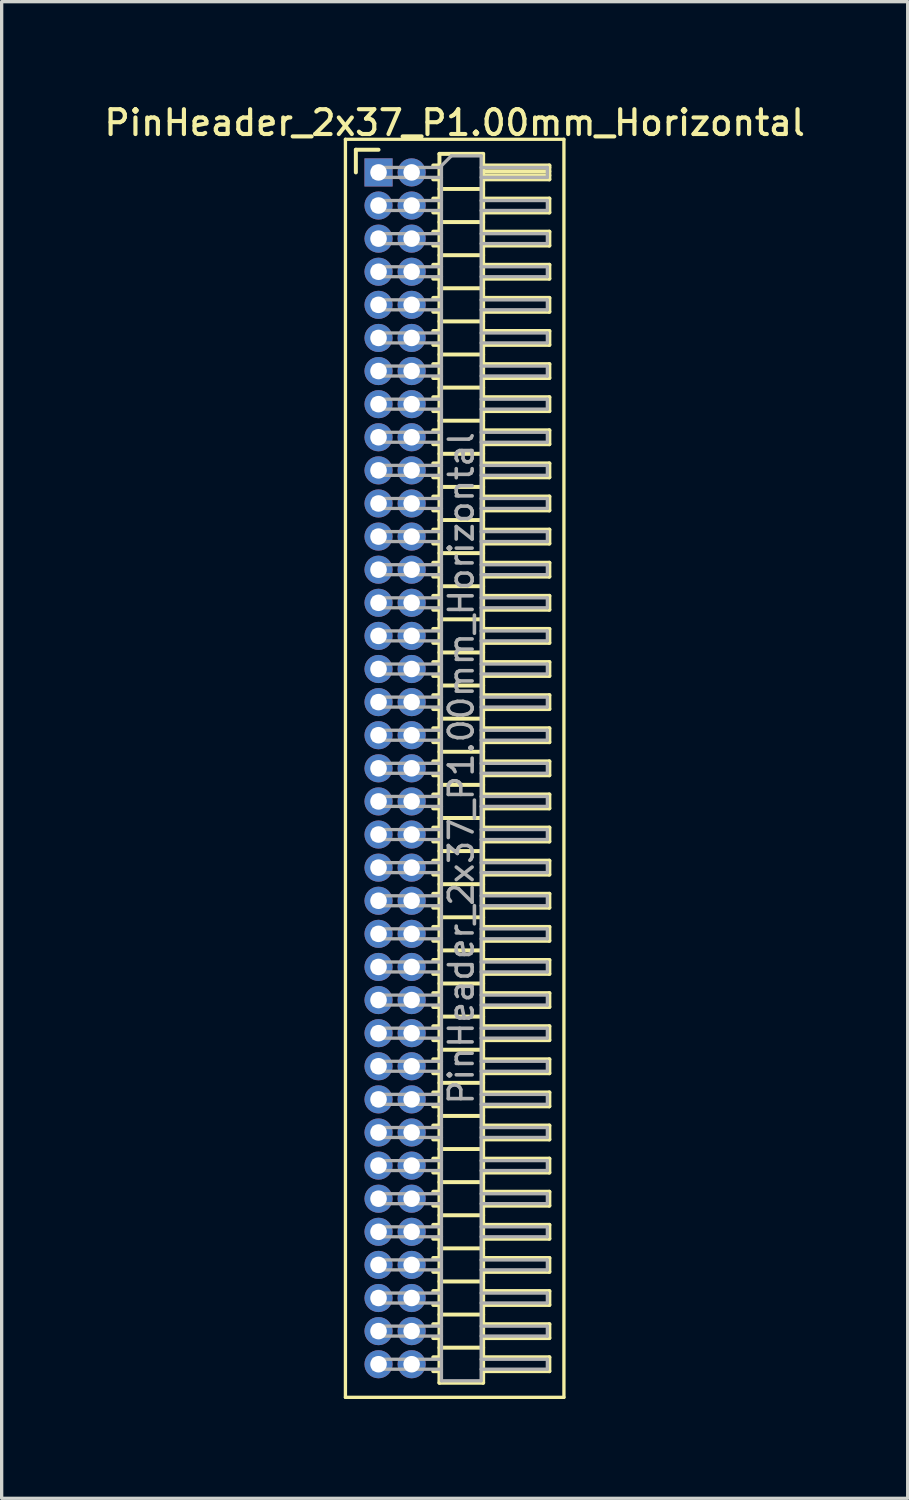
<source format=kicad_pcb>
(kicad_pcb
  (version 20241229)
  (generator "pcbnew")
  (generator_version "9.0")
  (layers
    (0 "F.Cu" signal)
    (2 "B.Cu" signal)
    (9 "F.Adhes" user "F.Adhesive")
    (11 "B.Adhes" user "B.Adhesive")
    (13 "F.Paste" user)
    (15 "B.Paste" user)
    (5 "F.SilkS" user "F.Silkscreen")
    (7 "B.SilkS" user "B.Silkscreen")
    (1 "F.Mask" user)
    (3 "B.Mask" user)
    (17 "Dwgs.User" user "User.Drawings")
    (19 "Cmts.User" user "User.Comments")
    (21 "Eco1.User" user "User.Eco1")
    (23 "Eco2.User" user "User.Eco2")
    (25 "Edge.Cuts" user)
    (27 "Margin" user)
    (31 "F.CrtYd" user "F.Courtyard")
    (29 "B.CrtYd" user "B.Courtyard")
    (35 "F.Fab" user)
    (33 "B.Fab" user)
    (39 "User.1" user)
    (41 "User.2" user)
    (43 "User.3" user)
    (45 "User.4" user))
  (footprint "PinHeader_2x37_P1.00mm_Horizontal"
    (layer "F.Cu")
    (at 8.384 2.158)
    (property "Reference" "PinHeader_2x37_P1.00mm_Horizontal" (at 2.3 -1.5 0) (layer "F.SilkS") (effects (font (size 0.75 0.75) (thickness 0.125))))
    (attr through_hole)
    (fp_line (start -1 -1) (end -1 37) (stroke (width 0.1) (type solid)) (layer "F.SilkS"))
    (fp_line (start -1 37) (end 5.6 37) (stroke (width 0.1) (type solid)) (layer "F.SilkS"))
    (fp_line (start -0.685 -0.685) (end 0 -0.685) (stroke (width 0.12) (type solid)) (layer "F.SilkS"))
    (fp_line (start -0.685 0) (end -0.685 -0.685) (stroke (width 0.12) (type solid)) (layer "F.SilkS"))
    (fp_line (start 1.652 -0.21) (end 1.84 -0.21) (stroke (width 0.12) (type solid)) (layer "F.SilkS"))
    (fp_line (start 1.652 0.21) (end 1.84 0.21) (stroke (width 0.12) (type solid)) (layer "F.SilkS"))
    (fp_line (start 1.652 0.79) (end 1.84 0.79) (stroke (width 0.12) (type solid)) (layer "F.SilkS"))
    (fp_line (start 1.652 1.21) (end 1.84 1.21) (stroke (width 0.12) (type solid)) (layer "F.SilkS"))
    (fp_line (start 1.652 1.79) (end 1.84 1.79) (stroke (width 0.12) (type solid)) (layer "F.SilkS"))
    (fp_line (start 1.652 2.21) (end 1.84 2.21) (stroke (width 0.12) (type solid)) (layer "F.SilkS"))
    (fp_line (start 1.652 2.79) (end 1.84 2.79) (stroke (width 0.12) (type solid)) (layer "F.SilkS"))
    (fp_line (start 1.652 3.21) (end 1.84 3.21) (stroke (width 0.12) (type solid)) (layer "F.SilkS"))
    (fp_line (start 1.652 3.79) (end 1.84 3.79) (stroke (width 0.12) (type solid)) (layer "F.SilkS"))
    (fp_line (start 1.652 4.21) (end 1.84 4.21) (stroke (width 0.12) (type solid)) (layer "F.SilkS"))
    (fp_line (start 1.652 4.79) (end 1.84 4.79) (stroke (width 0.12) (type solid)) (layer "F.SilkS"))
    (fp_line (start 1.652 5.21) (end 1.84 5.21) (stroke (width 0.12) (type solid)) (layer "F.SilkS"))
    (fp_line (start 1.652 5.79) (end 1.84 5.79) (stroke (width 0.12) (type solid)) (layer "F.SilkS"))
    (fp_line (start 1.652 6.21) (end 1.84 6.21) (stroke (width 0.12) (type solid)) (layer "F.SilkS"))
    (fp_line (start 1.652 6.79) (end 1.84 6.79) (stroke (width 0.12) (type solid)) (layer "F.SilkS"))
    (fp_line (start 1.652 7.21) (end 1.84 7.21) (stroke (width 0.12) (type solid)) (layer "F.SilkS"))
    (fp_line (start 1.652 7.79) (end 1.84 7.79) (stroke (width 0.12) (type solid)) (layer "F.SilkS"))
    (fp_line (start 1.652 8.21) (end 1.84 8.21) (stroke (width 0.12) (type solid)) (layer "F.SilkS"))
    (fp_line (start 1.652 8.79) (end 1.84 8.79) (stroke (width 0.12) (type solid)) (layer "F.SilkS"))
    (fp_line (start 1.652 9.21) (end 1.84 9.21) (stroke (width 0.12) (type solid)) (layer "F.SilkS"))
    (fp_line (start 1.652 9.79) (end 1.84 9.79) (stroke (width 0.12) (type solid)) (layer "F.SilkS"))
    (fp_line (start 1.652 10.21) (end 1.84 10.21) (stroke (width 0.12) (type solid)) (layer "F.SilkS"))
    (fp_line (start 1.652 10.79) (end 1.84 10.79) (stroke (width 0.12) (type solid)) (layer "F.SilkS"))
    (fp_line (start 1.652 11.21) (end 1.84 11.21) (stroke (width 0.12) (type solid)) (layer "F.SilkS"))
    (fp_line (start 1.652 11.79) (end 1.84 11.79) (stroke (width 0.12) (type solid)) (layer "F.SilkS"))
    (fp_line (start 1.652 12.21) (end 1.84 12.21) (stroke (width 0.12) (type solid)) (layer "F.SilkS"))
    (fp_line (start 1.652 12.79) (end 1.84 12.79) (stroke (width 0.12) (type solid)) (layer "F.SilkS"))
    (fp_line (start 1.652 13.21) (end 1.84 13.21) (stroke (width 0.12) (type solid)) (layer "F.SilkS"))
    (fp_line (start 1.652 13.79) (end 1.84 13.79) (stroke (width 0.12) (type solid)) (layer "F.SilkS"))
    (fp_line (start 1.652 14.21) (end 1.84 14.21) (stroke (width 0.12) (type solid)) (layer "F.SilkS"))
    (fp_line (start 1.652 14.79) (end 1.84 14.79) (stroke (width 0.12) (type solid)) (layer "F.SilkS"))
    (fp_line (start 1.652 15.21) (end 1.84 15.21) (stroke (width 0.12) (type solid)) (layer "F.SilkS"))
    (fp_line (start 1.652 15.79) (end 1.84 15.79) (stroke (width 0.12) (type solid)) (layer "F.SilkS"))
    (fp_line (start 1.652 16.21) (end 1.84 16.21) (stroke (width 0.12) (type solid)) (layer "F.SilkS"))
    (fp_line (start 1.652 16.79) (end 1.84 16.79) (stroke (width 0.12) (type solid)) (layer "F.SilkS"))
    (fp_line (start 1.652 17.21) (end 1.84 17.21) (stroke (width 0.12) (type solid)) (layer "F.SilkS"))
    (fp_line (start 1.652 17.79) (end 1.84 17.79) (stroke (width 0.12) (type solid)) (layer "F.SilkS"))
    (fp_line (start 1.652 18.21) (end 1.84 18.21) (stroke (width 0.12) (type solid)) (layer "F.SilkS"))
    (fp_line (start 1.652 18.79) (end 1.84 18.79) (stroke (width 0.12) (type solid)) (layer "F.SilkS"))
    (fp_line (start 1.652 19.21) (end 1.84 19.21) (stroke (width 0.12) (type solid)) (layer "F.SilkS"))
    (fp_line (start 1.652 19.79) (end 1.84 19.79) (stroke (width 0.12) (type solid)) (layer "F.SilkS"))
    (fp_line (start 1.652 20.21) (end 1.84 20.21) (stroke (width 0.12) (type solid)) (layer "F.SilkS"))
    (fp_line (start 1.652 20.79) (end 1.84 20.79) (stroke (width 0.12) (type solid)) (layer "F.SilkS"))
    (fp_line (start 1.652 21.21) (end 1.84 21.21) (stroke (width 0.12) (type solid)) (layer "F.SilkS"))
    (fp_line (start 1.652 21.79) (end 1.84 21.79) (stroke (width 0.12) (type solid)) (layer "F.SilkS"))
    (fp_line (start 1.652 22.21) (end 1.84 22.21) (stroke (width 0.12) (type solid)) (layer "F.SilkS"))
    (fp_line (start 1.652 22.79) (end 1.84 22.79) (stroke (width 0.12) (type solid)) (layer "F.SilkS"))
    (fp_line (start 1.652 23.21) (end 1.84 23.21) (stroke (width 0.12) (type solid)) (layer "F.SilkS"))
    (fp_line (start 1.652 23.79) (end 1.84 23.79) (stroke (width 0.12) (type solid)) (layer "F.SilkS"))
    (fp_line (start 1.652 24.21) (end 1.84 24.21) (stroke (width 0.12) (type solid)) (layer "F.SilkS"))
    (fp_line (start 1.652 24.79) (end 1.84 24.79) (stroke (width 0.12) (type solid)) (layer "F.SilkS"))
    (fp_line (start 1.652 25.21) (end 1.84 25.21) (stroke (width 0.12) (type solid)) (layer "F.SilkS"))
    (fp_line (start 1.652 25.79) (end 1.84 25.79) (stroke (width 0.12) (type solid)) (layer "F.SilkS"))
    (fp_line (start 1.652 26.21) (end 1.84 26.21) (stroke (width 0.12) (type solid)) (layer "F.SilkS"))
    (fp_line (start 1.652 26.79) (end 1.84 26.79) (stroke (width 0.12) (type solid)) (layer "F.SilkS"))
    (fp_line (start 1.652 27.21) (end 1.84 27.21) (stroke (width 0.12) (type solid)) (layer "F.SilkS"))
    (fp_line (start 1.652 27.79) (end 1.84 27.79) (stroke (width 0.12) (type solid)) (layer "F.SilkS"))
    (fp_line (start 1.652 28.21) (end 1.84 28.21) (stroke (width 0.12) (type solid)) (layer "F.SilkS"))
    (fp_line (start 1.652 28.79) (end 1.84 28.79) (stroke (width 0.12) (type solid)) (layer "F.SilkS"))
    (fp_line (start 1.652 29.21) (end 1.84 29.21) (stroke (width 0.12) (type solid)) (layer "F.SilkS"))
    (fp_line (start 1.652 29.79) (end 1.84 29.79) (stroke (width 0.12) (type solid)) (layer "F.SilkS"))
    (fp_line (start 1.652 30.21) (end 1.84 30.21) (stroke (width 0.12) (type solid)) (layer "F.SilkS"))
    (fp_line (start 1.652 30.79) (end 1.84 30.79) (stroke (width 0.12) (type solid)) (layer "F.SilkS"))
    (fp_line (start 1.652 31.21) (end 1.84 31.21) (stroke (width 0.12) (type solid)) (layer "F.SilkS"))
    (fp_line (start 1.652 31.79) (end 1.84 31.79) (stroke (width 0.12) (type solid)) (layer "F.SilkS"))
    (fp_line (start 1.652 32.21) (end 1.84 32.21) (stroke (width 0.12) (type solid)) (layer "F.SilkS"))
    (fp_line (start 1.652 32.79) (end 1.84 32.79) (stroke (width 0.12) (type solid)) (layer "F.SilkS"))
    (fp_line (start 1.652 33.21) (end 1.84 33.21) (stroke (width 0.12) (type solid)) (layer "F.SilkS"))
    (fp_line (start 1.652 33.79) (end 1.84 33.79) (stroke (width 0.12) (type solid)) (layer "F.SilkS"))
    (fp_line (start 1.652 34.21) (end 1.84 34.21) (stroke (width 0.12) (type solid)) (layer "F.SilkS"))
    (fp_line (start 1.652 34.79) (end 1.84 34.79) (stroke (width 0.12) (type solid)) (layer "F.SilkS"))
    (fp_line (start 1.652 35.21) (end 1.84 35.21) (stroke (width 0.12) (type solid)) (layer "F.SilkS"))
    (fp_line (start 1.652 35.79) (end 1.84 35.79) (stroke (width 0.12) (type solid)) (layer "F.SilkS"))
    (fp_line (start 1.652 36.21) (end 1.84 36.21) (stroke (width 0.12) (type solid)) (layer "F.SilkS"))
    (fp_line (start 1.84 -0.56) (end 1.84 36.56) (stroke (width 0.12) (type solid)) (layer "F.SilkS"))
    (fp_line (start 1.84 0.5) (end 3.16 0.5) (stroke (width 0.12) (type solid)) (layer "F.SilkS"))
    (fp_line (start 1.84 1.5) (end 3.16 1.5) (stroke (width 0.12) (type solid)) (layer "F.SilkS"))
    (fp_line (start 1.84 2.5) (end 3.16 2.5) (stroke (width 0.12) (type solid)) (layer "F.SilkS"))
    (fp_line (start 1.84 3.5) (end 3.16 3.5) (stroke (width 0.12) (type solid)) (layer "F.SilkS"))
    (fp_line (start 1.84 4.5) (end 3.16 4.5) (stroke (width 0.12) (type solid)) (layer "F.SilkS"))
    (fp_line (start 1.84 5.5) (end 3.16 5.5) (stroke (width 0.12) (type solid)) (layer "F.SilkS"))
    (fp_line (start 1.84 6.5) (end 3.16 6.5) (stroke (width 0.12) (type solid)) (layer "F.SilkS"))
    (fp_line (start 1.84 7.5) (end 3.16 7.5) (stroke (width 0.12) (type solid)) (layer "F.SilkS"))
    (fp_line (start 1.84 8.5) (end 3.16 8.5) (stroke (width 0.12) (type solid)) (layer "F.SilkS"))
    (fp_line (start 1.84 9.5) (end 3.16 9.5) (stroke (width 0.12) (type solid)) (layer "F.SilkS"))
    (fp_line (start 1.84 10.5) (end 3.16 10.5) (stroke (width 0.12) (type solid)) (layer "F.SilkS"))
    (fp_line (start 1.84 11.5) (end 3.16 11.5) (stroke (width 0.12) (type solid)) (layer "F.SilkS"))
    (fp_line (start 1.84 12.5) (end 3.16 12.5) (stroke (width 0.12) (type solid)) (layer "F.SilkS"))
    (fp_line (start 1.84 13.5) (end 3.16 13.5) (stroke (width 0.12) (type solid)) (layer "F.SilkS"))
    (fp_line (start 1.84 14.5) (end 3.16 14.5) (stroke (width 0.12) (type solid)) (layer "F.SilkS"))
    (fp_line (start 1.84 15.5) (end 3.16 15.5) (stroke (width 0.12) (type solid)) (layer "F.SilkS"))
    (fp_line (start 1.84 16.5) (end 3.16 16.5) (stroke (width 0.12) (type solid)) (layer "F.SilkS"))
    (fp_line (start 1.84 17.5) (end 3.16 17.5) (stroke (width 0.12) (type solid)) (layer "F.SilkS"))
    (fp_line (start 1.84 18.5) (end 3.16 18.5) (stroke (width 0.12) (type solid)) (layer "F.SilkS"))
    (fp_line (start 1.84 19.5) (end 3.16 19.5) (stroke (width 0.12) (type solid)) (layer "F.SilkS"))
    (fp_line (start 1.84 20.5) (end 3.16 20.5) (stroke (width 0.12) (type solid)) (layer "F.SilkS"))
    (fp_line (start 1.84 21.5) (end 3.16 21.5) (stroke (width 0.12) (type solid)) (layer "F.SilkS"))
    (fp_line (start 1.84 22.5) (end 3.16 22.5) (stroke (width 0.12) (type solid)) (layer "F.SilkS"))
    (fp_line (start 1.84 23.5) (end 3.16 23.5) (stroke (width 0.12) (type solid)) (layer "F.SilkS"))
    (fp_line (start 1.84 24.5) (end 3.16 24.5) (stroke (width 0.12) (type solid)) (layer "F.SilkS"))
    (fp_line (start 1.84 25.5) (end 3.16 25.5) (stroke (width 0.12) (type solid)) (layer "F.SilkS"))
    (fp_line (start 1.84 26.5) (end 3.16 26.5) (stroke (width 0.12) (type solid)) (layer "F.SilkS"))
    (fp_line (start 1.84 27.5) (end 3.16 27.5) (stroke (width 0.12) (type solid)) (layer "F.SilkS"))
    (fp_line (start 1.84 28.5) (end 3.16 28.5) (stroke (width 0.12) (type solid)) (layer "F.SilkS"))
    (fp_line (start 1.84 29.5) (end 3.16 29.5) (stroke (width 0.12) (type solid)) (layer "F.SilkS"))
    (fp_line (start 1.84 30.5) (end 3.16 30.5) (stroke (width 0.12) (type solid)) (layer "F.SilkS"))
    (fp_line (start 1.84 31.5) (end 3.16 31.5) (stroke (width 0.12) (type solid)) (layer "F.SilkS"))
    (fp_line (start 1.84 32.5) (end 3.16 32.5) (stroke (width 0.12) (type solid)) (layer "F.SilkS"))
    (fp_line (start 1.84 33.5) (end 3.16 33.5) (stroke (width 0.12) (type solid)) (layer "F.SilkS"))
    (fp_line (start 1.84 34.5) (end 3.16 34.5) (stroke (width 0.12) (type solid)) (layer "F.SilkS"))
    (fp_line (start 1.84 35.5) (end 3.16 35.5) (stroke (width 0.12) (type solid)) (layer "F.SilkS"))
    (fp_line (start 1.84 36.56) (end 3.16 36.56) (stroke (width 0.12) (type solid)) (layer "F.SilkS"))
    (fp_line (start 3.16 -0.56) (end 1.84 -0.56) (stroke (width 0.12) (type solid)) (layer "F.SilkS"))
    (fp_line (start 3.16 -0.21) (end 5.16 -0.21) (stroke (width 0.12) (type solid)) (layer "F.SilkS"))
    (fp_line (start 3.16 -0.15) (end 5.16 -0.15) (stroke (width 0.12) (type solid)) (layer "F.SilkS"))
    (fp_line (start 3.16 -0.03) (end 5.16 -0.03) (stroke (width 0.12) (type solid)) (layer "F.SilkS"))
    (fp_line (start 3.16 0.09) (end 5.16 0.09) (stroke (width 0.12) (type solid)) (layer "F.SilkS"))
    (fp_line (start 3.16 0.79) (end 5.16 0.79) (stroke (width 0.12) (type solid)) (layer "F.SilkS"))
    (fp_line (start 3.16 1.79) (end 5.16 1.79) (stroke (width 0.12) (type solid)) (layer "F.SilkS"))
    (fp_line (start 3.16 2.79) (end 5.16 2.79) (stroke (width 0.12) (type solid)) (layer "F.SilkS"))
    (fp_line (start 3.16 3.79) (end 5.16 3.79) (stroke (width 0.12) (type solid)) (layer "F.SilkS"))
    (fp_line (start 3.16 4.79) (end 5.16 4.79) (stroke (width 0.12) (type solid)) (layer "F.SilkS"))
    (fp_line (start 3.16 5.79) (end 5.16 5.79) (stroke (width 0.12) (type solid)) (layer "F.SilkS"))
    (fp_line (start 3.16 6.79) (end 5.16 6.79) (stroke (width 0.12) (type solid)) (layer "F.SilkS"))
    (fp_line (start 3.16 7.79) (end 5.16 7.79) (stroke (width 0.12) (type solid)) (layer "F.SilkS"))
    (fp_line (start 3.16 8.79) (end 5.16 8.79) (stroke (width 0.12) (type solid)) (layer "F.SilkS"))
    (fp_line (start 3.16 9.79) (end 5.16 9.79) (stroke (width 0.12) (type solid)) (layer "F.SilkS"))
    (fp_line (start 3.16 10.79) (end 5.16 10.79) (stroke (width 0.12) (type solid)) (layer "F.SilkS"))
    (fp_line (start 3.16 11.79) (end 5.16 11.79) (stroke (width 0.12) (type solid)) (layer "F.SilkS"))
    (fp_line (start 3.16 12.79) (end 5.16 12.79) (stroke (width 0.12) (type solid)) (layer "F.SilkS"))
    (fp_line (start 3.16 13.79) (end 5.16 13.79) (stroke (width 0.12) (type solid)) (layer "F.SilkS"))
    (fp_line (start 3.16 14.79) (end 5.16 14.79) (stroke (width 0.12) (type solid)) (layer "F.SilkS"))
    (fp_line (start 3.16 15.79) (end 5.16 15.79) (stroke (width 0.12) (type solid)) (layer "F.SilkS"))
    (fp_line (start 3.16 16.79) (end 5.16 16.79) (stroke (width 0.12) (type solid)) (layer "F.SilkS"))
    (fp_line (start 3.16 17.79) (end 5.16 17.79) (stroke (width 0.12) (type solid)) (layer "F.SilkS"))
    (fp_line (start 3.16 18.79) (end 5.16 18.79) (stroke (width 0.12) (type solid)) (layer "F.SilkS"))
    (fp_line (start 3.16 19.79) (end 5.16 19.79) (stroke (width 0.12) (type solid)) (layer "F.SilkS"))
    (fp_line (start 3.16 20.79) (end 5.16 20.79) (stroke (width 0.12) (type solid)) (layer "F.SilkS"))
    (fp_line (start 3.16 21.79) (end 5.16 21.79) (stroke (width 0.12) (type solid)) (layer "F.SilkS"))
    (fp_line (start 3.16 22.79) (end 5.16 22.79) (stroke (width 0.12) (type solid)) (layer "F.SilkS"))
    (fp_line (start 3.16 23.79) (end 5.16 23.79) (stroke (width 0.12) (type solid)) (layer "F.SilkS"))
    (fp_line (start 3.16 24.79) (end 5.16 24.79) (stroke (width 0.12) (type solid)) (layer "F.SilkS"))
    (fp_line (start 3.16 25.79) (end 5.16 25.79) (stroke (width 0.12) (type solid)) (layer "F.SilkS"))
    (fp_line (start 3.16 26.79) (end 5.16 26.79) (stroke (width 0.12) (type solid)) (layer "F.SilkS"))
    (fp_line (start 3.16 27.79) (end 5.16 27.79) (stroke (width 0.12) (type solid)) (layer "F.SilkS"))
    (fp_line (start 3.16 28.79) (end 5.16 28.79) (stroke (width 0.12) (type solid)) (layer "F.SilkS"))
    (fp_line (start 3.16 29.79) (end 5.16 29.79) (stroke (width 0.12) (type solid)) (layer "F.SilkS"))
    (fp_line (start 3.16 30.79) (end 5.16 30.79) (stroke (width 0.12) (type solid)) (layer "F.SilkS"))
    (fp_line (start 3.16 31.79) (end 5.16 31.79) (stroke (width 0.12) (type solid)) (layer "F.SilkS"))
    (fp_line (start 3.16 32.79) (end 5.16 32.79) (stroke (width 0.12) (type solid)) (layer "F.SilkS"))
    (fp_line (start 3.16 33.79) (end 5.16 33.79) (stroke (width 0.12) (type solid)) (layer "F.SilkS"))
    (fp_line (start 3.16 34.79) (end 5.16 34.79) (stroke (width 0.12) (type solid)) (layer "F.SilkS"))
    (fp_line (start 3.16 35.79) (end 5.16 35.79) (stroke (width 0.12) (type solid)) (layer "F.SilkS"))
    (fp_line (start 3.16 36.56) (end 3.16 -0.56) (stroke (width 0.12) (type solid)) (layer "F.SilkS"))
    (fp_line (start 5.16 -0.21) (end 5.16 0.21) (stroke (width 0.12) (type solid)) (layer "F.SilkS"))
    (fp_line (start 5.16 0.21) (end 3.16 0.21) (stroke (width 0.12) (type solid)) (layer "F.SilkS"))
    (fp_line (start 5.16 0.79) (end 5.16 1.21) (stroke (width 0.12) (type solid)) (layer "F.SilkS"))
    (fp_line (start 5.16 1.21) (end 3.16 1.21) (stroke (width 0.12) (type solid)) (layer "F.SilkS"))
    (fp_line (start 5.16 1.79) (end 5.16 2.21) (stroke (width 0.12) (type solid)) (layer "F.SilkS"))
    (fp_line (start 5.16 2.21) (end 3.16 2.21) (stroke (width 0.12) (type solid)) (layer "F.SilkS"))
    (fp_line (start 5.16 2.79) (end 5.16 3.21) (stroke (width 0.12) (type solid)) (layer "F.SilkS"))
    (fp_line (start 5.16 3.21) (end 3.16 3.21) (stroke (width 0.12) (type solid)) (layer "F.SilkS"))
    (fp_line (start 5.16 3.79) (end 5.16 4.21) (stroke (width 0.12) (type solid)) (layer "F.SilkS"))
    (fp_line (start 5.16 4.21) (end 3.16 4.21) (stroke (width 0.12) (type solid)) (layer "F.SilkS"))
    (fp_line (start 5.16 4.79) (end 5.16 5.21) (stroke (width 0.12) (type solid)) (layer "F.SilkS"))
    (fp_line (start 5.16 5.21) (end 3.16 5.21) (stroke (width 0.12) (type solid)) (layer "F.SilkS"))
    (fp_line (start 5.16 5.79) (end 5.16 6.21) (stroke (width 0.12) (type solid)) (layer "F.SilkS"))
    (fp_line (start 5.16 6.21) (end 3.16 6.21) (stroke (width 0.12) (type solid)) (layer "F.SilkS"))
    (fp_line (start 5.16 6.79) (end 5.16 7.21) (stroke (width 0.12) (type solid)) (layer "F.SilkS"))
    (fp_line (start 5.16 7.21) (end 3.16 7.21) (stroke (width 0.12) (type solid)) (layer "F.SilkS"))
    (fp_line (start 5.16 7.79) (end 5.16 8.21) (stroke (width 0.12) (type solid)) (layer "F.SilkS"))
    (fp_line (start 5.16 8.21) (end 3.16 8.21) (stroke (width 0.12) (type solid)) (layer "F.SilkS"))
    (fp_line (start 5.16 8.79) (end 5.16 9.21) (stroke (width 0.12) (type solid)) (layer "F.SilkS"))
    (fp_line (start 5.16 9.21) (end 3.16 9.21) (stroke (width 0.12) (type solid)) (layer "F.SilkS"))
    (fp_line (start 5.16 9.79) (end 5.16 10.21) (stroke (width 0.12) (type solid)) (layer "F.SilkS"))
    (fp_line (start 5.16 10.21) (end 3.16 10.21) (stroke (width 0.12) (type solid)) (layer "F.SilkS"))
    (fp_line (start 5.16 10.79) (end 5.16 11.21) (stroke (width 0.12) (type solid)) (layer "F.SilkS"))
    (fp_line (start 5.16 11.21) (end 3.16 11.21) (stroke (width 0.12) (type solid)) (layer "F.SilkS"))
    (fp_line (start 5.16 11.79) (end 5.16 12.21) (stroke (width 0.12) (type solid)) (layer "F.SilkS"))
    (fp_line (start 5.16 12.21) (end 3.16 12.21) (stroke (width 0.12) (type solid)) (layer "F.SilkS"))
    (fp_line (start 5.16 12.79) (end 5.16 13.21) (stroke (width 0.12) (type solid)) (layer "F.SilkS"))
    (fp_line (start 5.16 13.21) (end 3.16 13.21) (stroke (width 0.12) (type solid)) (layer "F.SilkS"))
    (fp_line (start 5.16 13.79) (end 5.16 14.21) (stroke (width 0.12) (type solid)) (layer "F.SilkS"))
    (fp_line (start 5.16 14.21) (end 3.16 14.21) (stroke (width 0.12) (type solid)) (layer "F.SilkS"))
    (fp_line (start 5.16 14.79) (end 5.16 15.21) (stroke (width 0.12) (type solid)) (layer "F.SilkS"))
    (fp_line (start 5.16 15.21) (end 3.16 15.21) (stroke (width 0.12) (type solid)) (layer "F.SilkS"))
    (fp_line (start 5.16 15.79) (end 5.16 16.21) (stroke (width 0.12) (type solid)) (layer "F.SilkS"))
    (fp_line (start 5.16 16.21) (end 3.16 16.21) (stroke (width 0.12) (type solid)) (layer "F.SilkS"))
    (fp_line (start 5.16 16.79) (end 5.16 17.21) (stroke (width 0.12) (type solid)) (layer "F.SilkS"))
    (fp_line (start 5.16 17.21) (end 3.16 17.21) (stroke (width 0.12) (type solid)) (layer "F.SilkS"))
    (fp_line (start 5.16 17.79) (end 5.16 18.21) (stroke (width 0.12) (type solid)) (layer "F.SilkS"))
    (fp_line (start 5.16 18.21) (end 3.16 18.21) (stroke (width 0.12) (type solid)) (layer "F.SilkS"))
    (fp_line (start 5.16 18.79) (end 5.16 19.21) (stroke (width 0.12) (type solid)) (layer "F.SilkS"))
    (fp_line (start 5.16 19.21) (end 3.16 19.21) (stroke (width 0.12) (type solid)) (layer "F.SilkS"))
    (fp_line (start 5.16 19.79) (end 5.16 20.21) (stroke (width 0.12) (type solid)) (layer "F.SilkS"))
    (fp_line (start 5.16 20.21) (end 3.16 20.21) (stroke (width 0.12) (type solid)) (layer "F.SilkS"))
    (fp_line (start 5.16 20.79) (end 5.16 21.21) (stroke (width 0.12) (type solid)) (layer "F.SilkS"))
    (fp_line (start 5.16 21.21) (end 3.16 21.21) (stroke (width 0.12) (type solid)) (layer "F.SilkS"))
    (fp_line (start 5.16 21.79) (end 5.16 22.21) (stroke (width 0.12) (type solid)) (layer "F.SilkS"))
    (fp_line (start 5.16 22.21) (end 3.16 22.21) (stroke (width 0.12) (type solid)) (layer "F.SilkS"))
    (fp_line (start 5.16 22.79) (end 5.16 23.21) (stroke (width 0.12) (type solid)) (layer "F.SilkS"))
    (fp_line (start 5.16 23.21) (end 3.16 23.21) (stroke (width 0.12) (type solid)) (layer "F.SilkS"))
    (fp_line (start 5.16 23.79) (end 5.16 24.21) (stroke (width 0.12) (type solid)) (layer "F.SilkS"))
    (fp_line (start 5.16 24.21) (end 3.16 24.21) (stroke (width 0.12) (type solid)) (layer "F.SilkS"))
    (fp_line (start 5.16 24.79) (end 5.16 25.21) (stroke (width 0.12) (type solid)) (layer "F.SilkS"))
    (fp_line (start 5.16 25.21) (end 3.16 25.21) (stroke (width 0.12) (type solid)) (layer "F.SilkS"))
    (fp_line (start 5.16 25.79) (end 5.16 26.21) (stroke (width 0.12) (type solid)) (layer "F.SilkS"))
    (fp_line (start 5.16 26.21) (end 3.16 26.21) (stroke (width 0.12) (type solid)) (layer "F.SilkS"))
    (fp_line (start 5.16 26.79) (end 5.16 27.21) (stroke (width 0.12) (type solid)) (layer "F.SilkS"))
    (fp_line (start 5.16 27.21) (end 3.16 27.21) (stroke (width 0.12) (type solid)) (layer "F.SilkS"))
    (fp_line (start 5.16 27.79) (end 5.16 28.21) (stroke (width 0.12) (type solid)) (layer "F.SilkS"))
    (fp_line (start 5.16 28.21) (end 3.16 28.21) (stroke (width 0.12) (type solid)) (layer "F.SilkS"))
    (fp_line (start 5.16 28.79) (end 5.16 29.21) (stroke (width 0.12) (type solid)) (layer "F.SilkS"))
    (fp_line (start 5.16 29.21) (end 3.16 29.21) (stroke (width 0.12) (type solid)) (layer "F.SilkS"))
    (fp_line (start 5.16 29.79) (end 5.16 30.21) (stroke (width 0.12) (type solid)) (layer "F.SilkS"))
    (fp_line (start 5.16 30.21) (end 3.16 30.21) (stroke (width 0.12) (type solid)) (layer "F.SilkS"))
    (fp_line (start 5.16 30.79) (end 5.16 31.21) (stroke (width 0.12) (type solid)) (layer "F.SilkS"))
    (fp_line (start 5.16 31.21) (end 3.16 31.21) (stroke (width 0.12) (type solid)) (layer "F.SilkS"))
    (fp_line (start 5.16 31.79) (end 5.16 32.21) (stroke (width 0.12) (type solid)) (layer "F.SilkS"))
    (fp_line (start 5.16 32.21) (end 3.16 32.21) (stroke (width 0.12) (type solid)) (layer "F.SilkS"))
    (fp_line (start 5.16 32.79) (end 5.16 33.21) (stroke (width 0.12) (type solid)) (layer "F.SilkS"))
    (fp_line (start 5.16 33.21) (end 3.16 33.21) (stroke (width 0.12) (type solid)) (layer "F.SilkS"))
    (fp_line (start 5.16 33.79) (end 5.16 34.21) (stroke (width 0.12) (type solid)) (layer "F.SilkS"))
    (fp_line (start 5.16 34.21) (end 3.16 34.21) (stroke (width 0.12) (type solid)) (layer "F.SilkS"))
    (fp_line (start 5.16 34.79) (end 5.16 35.21) (stroke (width 0.12) (type solid)) (layer "F.SilkS"))
    (fp_line (start 5.16 35.21) (end 3.16 35.21) (stroke (width 0.12) (type solid)) (layer "F.SilkS"))
    (fp_line (start 5.16 35.79) (end 5.16 36.21) (stroke (width 0.12) (type solid)) (layer "F.SilkS"))
    (fp_line (start 5.16 36.21) (end 3.16 36.21) (stroke (width 0.12) (type solid)) (layer "F.SilkS"))
    (fp_line (start 5.6 -1) (end -1 -1) (stroke (width 0.1) (type solid)) (layer "F.SilkS"))
    (fp_line (start 5.6 37) (end 5.6 -1) (stroke (width 0.1) (type solid)) (layer "F.SilkS"))
    (fp_line (start -0.15 -0.15) (end -0.15 0.15) (stroke (width 0.1) (type solid)) (layer "F.Fab"))
    (fp_line (start -0.15 -0.15) (end 1.9 -0.15) (stroke (width 0.1) (type solid)) (layer "F.Fab"))
    (fp_line (start -0.15 0.15) (end 1.9 0.15) (stroke (width 0.1) (type solid)) (layer "F.Fab"))
    (fp_line (start -0.15 0.85) (end -0.15 1.15) (stroke (width 0.1) (type solid)) (layer "F.Fab"))
    (fp_line (start -0.15 0.85) (end 1.9 0.85) (stroke (width 0.1) (type solid)) (layer "F.Fab"))
    (fp_line (start -0.15 1.15) (end 1.9 1.15) (stroke (width 0.1) (type solid)) (layer "F.Fab"))
    (fp_line (start -0.15 1.85) (end -0.15 2.15) (stroke (width 0.1) (type solid)) (layer "F.Fab"))
    (fp_line (start -0.15 1.85) (end 1.9 1.85) (stroke (width 0.1) (type solid)) (layer "F.Fab"))
    (fp_line (start -0.15 2.15) (end 1.9 2.15) (stroke (width 0.1) (type solid)) (layer "F.Fab"))
    (fp_line (start -0.15 2.85) (end -0.15 3.15) (stroke (width 0.1) (type solid)) (layer "F.Fab"))
    (fp_line (start -0.15 2.85) (end 1.9 2.85) (stroke (width 0.1) (type solid)) (layer "F.Fab"))
    (fp_line (start -0.15 3.15) (end 1.9 3.15) (stroke (width 0.1) (type solid)) (layer "F.Fab"))
    (fp_line (start -0.15 3.85) (end -0.15 4.15) (stroke (width 0.1) (type solid)) (layer "F.Fab"))
    (fp_line (start -0.15 3.85) (end 1.9 3.85) (stroke (width 0.1) (type solid)) (layer "F.Fab"))
    (fp_line (start -0.15 4.15) (end 1.9 4.15) (stroke (width 0.1) (type solid)) (layer "F.Fab"))
    (fp_line (start -0.15 4.85) (end -0.15 5.15) (stroke (width 0.1) (type solid)) (layer "F.Fab"))
    (fp_line (start -0.15 4.85) (end 1.9 4.85) (stroke (width 0.1) (type solid)) (layer "F.Fab"))
    (fp_line (start -0.15 5.15) (end 1.9 5.15) (stroke (width 0.1) (type solid)) (layer "F.Fab"))
    (fp_line (start -0.15 5.85) (end -0.15 6.15) (stroke (width 0.1) (type solid)) (layer "F.Fab"))
    (fp_line (start -0.15 5.85) (end 1.9 5.85) (stroke (width 0.1) (type solid)) (layer "F.Fab"))
    (fp_line (start -0.15 6.15) (end 1.9 6.15) (stroke (width 0.1) (type solid)) (layer "F.Fab"))
    (fp_line (start -0.15 6.85) (end -0.15 7.15) (stroke (width 0.1) (type solid)) (layer "F.Fab"))
    (fp_line (start -0.15 6.85) (end 1.9 6.85) (stroke (width 0.1) (type solid)) (layer "F.Fab"))
    (fp_line (start -0.15 7.15) (end 1.9 7.15) (stroke (width 0.1) (type solid)) (layer "F.Fab"))
    (fp_line (start -0.15 7.85) (end -0.15 8.15) (stroke (width 0.1) (type solid)) (layer "F.Fab"))
    (fp_line (start -0.15 7.85) (end 1.9 7.85) (stroke (width 0.1) (type solid)) (layer "F.Fab"))
    (fp_line (start -0.15 8.15) (end 1.9 8.15) (stroke (width 0.1) (type solid)) (layer "F.Fab"))
    (fp_line (start -0.15 8.85) (end -0.15 9.15) (stroke (width 0.1) (type solid)) (layer "F.Fab"))
    (fp_line (start -0.15 8.85) (end 1.9 8.85) (stroke (width 0.1) (type solid)) (layer "F.Fab"))
    (fp_line (start -0.15 9.15) (end 1.9 9.15) (stroke (width 0.1) (type solid)) (layer "F.Fab"))
    (fp_line (start -0.15 9.85) (end -0.15 10.15) (stroke (width 0.1) (type solid)) (layer "F.Fab"))
    (fp_line (start -0.15 9.85) (end 1.9 9.85) (stroke (width 0.1) (type solid)) (layer "F.Fab"))
    (fp_line (start -0.15 10.15) (end 1.9 10.15) (stroke (width 0.1) (type solid)) (layer "F.Fab"))
    (fp_line (start -0.15 10.85) (end -0.15 11.15) (stroke (width 0.1) (type solid)) (layer "F.Fab"))
    (fp_line (start -0.15 10.85) (end 1.9 10.85) (stroke (width 0.1) (type solid)) (layer "F.Fab"))
    (fp_line (start -0.15 11.15) (end 1.9 11.15) (stroke (width 0.1) (type solid)) (layer "F.Fab"))
    (fp_line (start -0.15 11.85) (end -0.15 12.15) (stroke (width 0.1) (type solid)) (layer "F.Fab"))
    (fp_line (start -0.15 11.85) (end 1.9 11.85) (stroke (width 0.1) (type solid)) (layer "F.Fab"))
    (fp_line (start -0.15 12.15) (end 1.9 12.15) (stroke (width 0.1) (type solid)) (layer "F.Fab"))
    (fp_line (start -0.15 12.85) (end -0.15 13.15) (stroke (width 0.1) (type solid)) (layer "F.Fab"))
    (fp_line (start -0.15 12.85) (end 1.9 12.85) (stroke (width 0.1) (type solid)) (layer "F.Fab"))
    (fp_line (start -0.15 13.15) (end 1.9 13.15) (stroke (width 0.1) (type solid)) (layer "F.Fab"))
    (fp_line (start -0.15 13.85) (end -0.15 14.15) (stroke (width 0.1) (type solid)) (layer "F.Fab"))
    (fp_line (start -0.15 13.85) (end 1.9 13.85) (stroke (width 0.1) (type solid)) (layer "F.Fab"))
    (fp_line (start -0.15 14.15) (end 1.9 14.15) (stroke (width 0.1) (type solid)) (layer "F.Fab"))
    (fp_line (start -0.15 14.85) (end -0.15 15.15) (stroke (width 0.1) (type solid)) (layer "F.Fab"))
    (fp_line (start -0.15 14.85) (end 1.9 14.85) (stroke (width 0.1) (type solid)) (layer "F.Fab"))
    (fp_line (start -0.15 15.15) (end 1.9 15.15) (stroke (width 0.1) (type solid)) (layer "F.Fab"))
    (fp_line (start -0.15 15.85) (end -0.15 16.15) (stroke (width 0.1) (type solid)) (layer "F.Fab"))
    (fp_line (start -0.15 15.85) (end 1.9 15.85) (stroke (width 0.1) (type solid)) (layer "F.Fab"))
    (fp_line (start -0.15 16.15) (end 1.9 16.15) (stroke (width 0.1) (type solid)) (layer "F.Fab"))
    (fp_line (start -0.15 16.85) (end -0.15 17.15) (stroke (width 0.1) (type solid)) (layer "F.Fab"))
    (fp_line (start -0.15 16.85) (end 1.9 16.85) (stroke (width 0.1) (type solid)) (layer "F.Fab"))
    (fp_line (start -0.15 17.15) (end 1.9 17.15) (stroke (width 0.1) (type solid)) (layer "F.Fab"))
    (fp_line (start -0.15 17.85) (end -0.15 18.15) (stroke (width 0.1) (type solid)) (layer "F.Fab"))
    (fp_line (start -0.15 17.85) (end 1.9 17.85) (stroke (width 0.1) (type solid)) (layer "F.Fab"))
    (fp_line (start -0.15 18.15) (end 1.9 18.15) (stroke (width 0.1) (type solid)) (layer "F.Fab"))
    (fp_line (start -0.15 18.85) (end -0.15 19.15) (stroke (width 0.1) (type solid)) (layer "F.Fab"))
    (fp_line (start -0.15 18.85) (end 1.9 18.85) (stroke (width 0.1) (type solid)) (layer "F.Fab"))
    (fp_line (start -0.15 19.15) (end 1.9 19.15) (stroke (width 0.1) (type solid)) (layer "F.Fab"))
    (fp_line (start -0.15 19.85) (end -0.15 20.15) (stroke (width 0.1) (type solid)) (layer "F.Fab"))
    (fp_line (start -0.15 19.85) (end 1.9 19.85) (stroke (width 0.1) (type solid)) (layer "F.Fab"))
    (fp_line (start -0.15 20.15) (end 1.9 20.15) (stroke (width 0.1) (type solid)) (layer "F.Fab"))
    (fp_line (start -0.15 20.85) (end -0.15 21.15) (stroke (width 0.1) (type solid)) (layer "F.Fab"))
    (fp_line (start -0.15 20.85) (end 1.9 20.85) (stroke (width 0.1) (type solid)) (layer "F.Fab"))
    (fp_line (start -0.15 21.15) (end 1.9 21.15) (stroke (width 0.1) (type solid)) (layer "F.Fab"))
    (fp_line (start -0.15 21.85) (end -0.15 22.15) (stroke (width 0.1) (type solid)) (layer "F.Fab"))
    (fp_line (start -0.15 21.85) (end 1.9 21.85) (stroke (width 0.1) (type solid)) (layer "F.Fab"))
    (fp_line (start -0.15 22.15) (end 1.9 22.15) (stroke (width 0.1) (type solid)) (layer "F.Fab"))
    (fp_line (start -0.15 22.85) (end -0.15 23.15) (stroke (width 0.1) (type solid)) (layer "F.Fab"))
    (fp_line (start -0.15 22.85) (end 1.9 22.85) (stroke (width 0.1) (type solid)) (layer "F.Fab"))
    (fp_line (start -0.15 23.15) (end 1.9 23.15) (stroke (width 0.1) (type solid)) (layer "F.Fab"))
    (fp_line (start -0.15 23.85) (end -0.15 24.15) (stroke (width 0.1) (type solid)) (layer "F.Fab"))
    (fp_line (start -0.15 23.85) (end 1.9 23.85) (stroke (width 0.1) (type solid)) (layer "F.Fab"))
    (fp_line (start -0.15 24.15) (end 1.9 24.15) (stroke (width 0.1) (type solid)) (layer "F.Fab"))
    (fp_line (start -0.15 24.85) (end -0.15 25.15) (stroke (width 0.1) (type solid)) (layer "F.Fab"))
    (fp_line (start -0.15 24.85) (end 1.9 24.85) (stroke (width 0.1) (type solid)) (layer "F.Fab"))
    (fp_line (start -0.15 25.15) (end 1.9 25.15) (stroke (width 0.1) (type solid)) (layer "F.Fab"))
    (fp_line (start -0.15 25.85) (end -0.15 26.15) (stroke (width 0.1) (type solid)) (layer "F.Fab"))
    (fp_line (start -0.15 25.85) (end 1.9 25.85) (stroke (width 0.1) (type solid)) (layer "F.Fab"))
    (fp_line (start -0.15 26.15) (end 1.9 26.15) (stroke (width 0.1) (type solid)) (layer "F.Fab"))
    (fp_line (start -0.15 26.85) (end -0.15 27.15) (stroke (width 0.1) (type solid)) (layer "F.Fab"))
    (fp_line (start -0.15 26.85) (end 1.9 26.85) (stroke (width 0.1) (type solid)) (layer "F.Fab"))
    (fp_line (start -0.15 27.15) (end 1.9 27.15) (stroke (width 0.1) (type solid)) (layer "F.Fab"))
    (fp_line (start -0.15 27.85) (end -0.15 28.15) (stroke (width 0.1) (type solid)) (layer "F.Fab"))
    (fp_line (start -0.15 27.85) (end 1.9 27.85) (stroke (width 0.1) (type solid)) (layer "F.Fab"))
    (fp_line (start -0.15 28.15) (end 1.9 28.15) (stroke (width 0.1) (type solid)) (layer "F.Fab"))
    (fp_line (start -0.15 28.85) (end -0.15 29.15) (stroke (width 0.1) (type solid)) (layer "F.Fab"))
    (fp_line (start -0.15 28.85) (end 1.9 28.85) (stroke (width 0.1) (type solid)) (layer "F.Fab"))
    (fp_line (start -0.15 29.15) (end 1.9 29.15) (stroke (width 0.1) (type solid)) (layer "F.Fab"))
    (fp_line (start -0.15 29.85) (end -0.15 30.15) (stroke (width 0.1) (type solid)) (layer "F.Fab"))
    (fp_line (start -0.15 29.85) (end 1.9 29.85) (stroke (width 0.1) (type solid)) (layer "F.Fab"))
    (fp_line (start -0.15 30.15) (end 1.9 30.15) (stroke (width 0.1) (type solid)) (layer "F.Fab"))
    (fp_line (start -0.15 30.85) (end -0.15 31.15) (stroke (width 0.1) (type solid)) (layer "F.Fab"))
    (fp_line (start -0.15 30.85) (end 1.9 30.85) (stroke (width 0.1) (type solid)) (layer "F.Fab"))
    (fp_line (start -0.15 31.15) (end 1.9 31.15) (stroke (width 0.1) (type solid)) (layer "F.Fab"))
    (fp_line (start -0.15 31.85) (end -0.15 32.15) (stroke (width 0.1) (type solid)) (layer "F.Fab"))
    (fp_line (start -0.15 31.85) (end 1.9 31.85) (stroke (width 0.1) (type solid)) (layer "F.Fab"))
    (fp_line (start -0.15 32.15) (end 1.9 32.15) (stroke (width 0.1) (type solid)) (layer "F.Fab"))
    (fp_line (start -0.15 32.85) (end -0.15 33.15) (stroke (width 0.1) (type solid)) (layer "F.Fab"))
    (fp_line (start -0.15 32.85) (end 1.9 32.85) (stroke (width 0.1) (type solid)) (layer "F.Fab"))
    (fp_line (start -0.15 33.15) (end 1.9 33.15) (stroke (width 0.1) (type solid)) (layer "F.Fab"))
    (fp_line (start -0.15 33.85) (end -0.15 34.15) (stroke (width 0.1) (type solid)) (layer "F.Fab"))
    (fp_line (start -0.15 33.85) (end 1.9 33.85) (stroke (width 0.1) (type solid)) (layer "F.Fab"))
    (fp_line (start -0.15 34.15) (end 1.9 34.15) (stroke (width 0.1) (type solid)) (layer "F.Fab"))
    (fp_line (start -0.15 34.85) (end -0.15 35.15) (stroke (width 0.1) (type solid)) (layer "F.Fab"))
    (fp_line (start -0.15 34.85) (end 1.9 34.85) (stroke (width 0.1) (type solid)) (layer "F.Fab"))
    (fp_line (start -0.15 35.15) (end 1.9 35.15) (stroke (width 0.1) (type solid)) (layer "F.Fab"))
    (fp_line (start -0.15 35.85) (end -0.15 36.15) (stroke (width 0.1) (type solid)) (layer "F.Fab"))
    (fp_line (start -0.15 35.85) (end 1.9 35.85) (stroke (width 0.1) (type solid)) (layer "F.Fab"))
    (fp_line (start -0.15 36.15) (end 1.9 36.15) (stroke (width 0.1) (type solid)) (layer "F.Fab"))
    (fp_line (start 1.9 -0.2) (end 2.2 -0.5) (stroke (width 0.1) (type solid)) (layer "F.Fab"))
    (fp_line (start 1.9 36.5) (end 1.9 -0.2) (stroke (width 0.1) (type solid)) (layer "F.Fab"))
    (fp_line (start 2.2 -0.5) (end 3.1 -0.5) (stroke (width 0.1) (type solid)) (layer "F.Fab"))
    (fp_line (start 3.1 -0.5) (end 3.1 36.5) (stroke (width 0.1) (type solid)) (layer "F.Fab"))
    (fp_line (start 3.1 -0.15) (end 5.1 -0.15) (stroke (width 0.1) (type solid)) (layer "F.Fab"))
    (fp_line (start 3.1 0.15) (end 5.1 0.15) (stroke (width 0.1) (type solid)) (layer "F.Fab"))
    (fp_line (start 3.1 0.85) (end 5.1 0.85) (stroke (width 0.1) (type solid)) (layer "F.Fab"))
    (fp_line (start 3.1 1.15) (end 5.1 1.15) (stroke (width 0.1) (type solid)) (layer "F.Fab"))
    (fp_line (start 3.1 1.85) (end 5.1 1.85) (stroke (width 0.1) (type solid)) (layer "F.Fab"))
    (fp_line (start 3.1 2.15) (end 5.1 2.15) (stroke (width 0.1) (type solid)) (layer "F.Fab"))
    (fp_line (start 3.1 2.85) (end 5.1 2.85) (stroke (width 0.1) (type solid)) (layer "F.Fab"))
    (fp_line (start 3.1 3.15) (end 5.1 3.15) (stroke (width 0.1) (type solid)) (layer "F.Fab"))
    (fp_line (start 3.1 3.85) (end 5.1 3.85) (stroke (width 0.1) (type solid)) (layer "F.Fab"))
    (fp_line (start 3.1 4.15) (end 5.1 4.15) (stroke (width 0.1) (type solid)) (layer "F.Fab"))
    (fp_line (start 3.1 4.85) (end 5.1 4.85) (stroke (width 0.1) (type solid)) (layer "F.Fab"))
    (fp_line (start 3.1 5.15) (end 5.1 5.15) (stroke (width 0.1) (type solid)) (layer "F.Fab"))
    (fp_line (start 3.1 5.85) (end 5.1 5.85) (stroke (width 0.1) (type solid)) (layer "F.Fab"))
    (fp_line (start 3.1 6.15) (end 5.1 6.15) (stroke (width 0.1) (type solid)) (layer "F.Fab"))
    (fp_line (start 3.1 6.85) (end 5.1 6.85) (stroke (width 0.1) (type solid)) (layer "F.Fab"))
    (fp_line (start 3.1 7.15) (end 5.1 7.15) (stroke (width 0.1) (type solid)) (layer "F.Fab"))
    (fp_line (start 3.1 7.85) (end 5.1 7.85) (stroke (width 0.1) (type solid)) (layer "F.Fab"))
    (fp_line (start 3.1 8.15) (end 5.1 8.15) (stroke (width 0.1) (type solid)) (layer "F.Fab"))
    (fp_line (start 3.1 8.85) (end 5.1 8.85) (stroke (width 0.1) (type solid)) (layer "F.Fab"))
    (fp_line (start 3.1 9.15) (end 5.1 9.15) (stroke (width 0.1) (type solid)) (layer "F.Fab"))
    (fp_line (start 3.1 9.85) (end 5.1 9.85) (stroke (width 0.1) (type solid)) (layer "F.Fab"))
    (fp_line (start 3.1 10.15) (end 5.1 10.15) (stroke (width 0.1) (type solid)) (layer "F.Fab"))
    (fp_line (start 3.1 10.85) (end 5.1 10.85) (stroke (width 0.1) (type solid)) (layer "F.Fab"))
    (fp_line (start 3.1 11.15) (end 5.1 11.15) (stroke (width 0.1) (type solid)) (layer "F.Fab"))
    (fp_line (start 3.1 11.85) (end 5.1 11.85) (stroke (width 0.1) (type solid)) (layer "F.Fab"))
    (fp_line (start 3.1 12.15) (end 5.1 12.15) (stroke (width 0.1) (type solid)) (layer "F.Fab"))
    (fp_line (start 3.1 12.85) (end 5.1 12.85) (stroke (width 0.1) (type solid)) (layer "F.Fab"))
    (fp_line (start 3.1 13.15) (end 5.1 13.15) (stroke (width 0.1) (type solid)) (layer "F.Fab"))
    (fp_line (start 3.1 13.85) (end 5.1 13.85) (stroke (width 0.1) (type solid)) (layer "F.Fab"))
    (fp_line (start 3.1 14.15) (end 5.1 14.15) (stroke (width 0.1) (type solid)) (layer "F.Fab"))
    (fp_line (start 3.1 14.85) (end 5.1 14.85) (stroke (width 0.1) (type solid)) (layer "F.Fab"))
    (fp_line (start 3.1 15.15) (end 5.1 15.15) (stroke (width 0.1) (type solid)) (layer "F.Fab"))
    (fp_line (start 3.1 15.85) (end 5.1 15.85) (stroke (width 0.1) (type solid)) (layer "F.Fab"))
    (fp_line (start 3.1 16.15) (end 5.1 16.15) (stroke (width 0.1) (type solid)) (layer "F.Fab"))
    (fp_line (start 3.1 16.85) (end 5.1 16.85) (stroke (width 0.1) (type solid)) (layer "F.Fab"))
    (fp_line (start 3.1 17.15) (end 5.1 17.15) (stroke (width 0.1) (type solid)) (layer "F.Fab"))
    (fp_line (start 3.1 17.85) (end 5.1 17.85) (stroke (width 0.1) (type solid)) (layer "F.Fab"))
    (fp_line (start 3.1 18.15) (end 5.1 18.15) (stroke (width 0.1) (type solid)) (layer "F.Fab"))
    (fp_line (start 3.1 18.85) (end 5.1 18.85) (stroke (width 0.1) (type solid)) (layer "F.Fab"))
    (fp_line (start 3.1 19.15) (end 5.1 19.15) (stroke (width 0.1) (type solid)) (layer "F.Fab"))
    (fp_line (start 3.1 19.85) (end 5.1 19.85) (stroke (width 0.1) (type solid)) (layer "F.Fab"))
    (fp_line (start 3.1 20.15) (end 5.1 20.15) (stroke (width 0.1) (type solid)) (layer "F.Fab"))
    (fp_line (start 3.1 20.85) (end 5.1 20.85) (stroke (width 0.1) (type solid)) (layer "F.Fab"))
    (fp_line (start 3.1 21.15) (end 5.1 21.15) (stroke (width 0.1) (type solid)) (layer "F.Fab"))
    (fp_line (start 3.1 21.85) (end 5.1 21.85) (stroke (width 0.1) (type solid)) (layer "F.Fab"))
    (fp_line (start 3.1 22.15) (end 5.1 22.15) (stroke (width 0.1) (type solid)) (layer "F.Fab"))
    (fp_line (start 3.1 22.85) (end 5.1 22.85) (stroke (width 0.1) (type solid)) (layer "F.Fab"))
    (fp_line (start 3.1 23.15) (end 5.1 23.15) (stroke (width 0.1) (type solid)) (layer "F.Fab"))
    (fp_line (start 3.1 23.85) (end 5.1 23.85) (stroke (width 0.1) (type solid)) (layer "F.Fab"))
    (fp_line (start 3.1 24.15) (end 5.1 24.15) (stroke (width 0.1) (type solid)) (layer "F.Fab"))
    (fp_line (start 3.1 24.85) (end 5.1 24.85) (stroke (width 0.1) (type solid)) (layer "F.Fab"))
    (fp_line (start 3.1 25.15) (end 5.1 25.15) (stroke (width 0.1) (type solid)) (layer "F.Fab"))
    (fp_line (start 3.1 25.85) (end 5.1 25.85) (stroke (width 0.1) (type solid)) (layer "F.Fab"))
    (fp_line (start 3.1 26.15) (end 5.1 26.15) (stroke (width 0.1) (type solid)) (layer "F.Fab"))
    (fp_line (start 3.1 26.85) (end 5.1 26.85) (stroke (width 0.1) (type solid)) (layer "F.Fab"))
    (fp_line (start 3.1 27.15) (end 5.1 27.15) (stroke (width 0.1) (type solid)) (layer "F.Fab"))
    (fp_line (start 3.1 27.85) (end 5.1 27.85) (stroke (width 0.1) (type solid)) (layer "F.Fab"))
    (fp_line (start 3.1 28.15) (end 5.1 28.15) (stroke (width 0.1) (type solid)) (layer "F.Fab"))
    (fp_line (start 3.1 28.85) (end 5.1 28.85) (stroke (width 0.1) (type solid)) (layer "F.Fab"))
    (fp_line (start 3.1 29.15) (end 5.1 29.15) (stroke (width 0.1) (type solid)) (layer "F.Fab"))
    (fp_line (start 3.1 29.85) (end 5.1 29.85) (stroke (width 0.1) (type solid)) (layer "F.Fab"))
    (fp_line (start 3.1 30.15) (end 5.1 30.15) (stroke (width 0.1) (type solid)) (layer "F.Fab"))
    (fp_line (start 3.1 30.85) (end 5.1 30.85) (stroke (width 0.1) (type solid)) (layer "F.Fab"))
    (fp_line (start 3.1 31.15) (end 5.1 31.15) (stroke (width 0.1) (type solid)) (layer "F.Fab"))
    (fp_line (start 3.1 31.85) (end 5.1 31.85) (stroke (width 0.1) (type solid)) (layer "F.Fab"))
    (fp_line (start 3.1 32.15) (end 5.1 32.15) (stroke (width 0.1) (type solid)) (layer "F.Fab"))
    (fp_line (start 3.1 32.85) (end 5.1 32.85) (stroke (width 0.1) (type solid)) (layer "F.Fab"))
    (fp_line (start 3.1 33.15) (end 5.1 33.15) (stroke (width 0.1) (type solid)) (layer "F.Fab"))
    (fp_line (start 3.1 33.85) (end 5.1 33.85) (stroke (width 0.1) (type solid)) (layer "F.Fab"))
    (fp_line (start 3.1 34.15) (end 5.1 34.15) (stroke (width 0.1) (type solid)) (layer "F.Fab"))
    (fp_line (start 3.1 34.85) (end 5.1 34.85) (stroke (width 0.1) (type solid)) (layer "F.Fab"))
    (fp_line (start 3.1 35.15) (end 5.1 35.15) (stroke (width 0.1) (type solid)) (layer "F.Fab"))
    (fp_line (start 3.1 35.85) (end 5.1 35.85) (stroke (width 0.1) (type solid)) (layer "F.Fab"))
    (fp_line (start 3.1 36.15) (end 5.1 36.15) (stroke (width 0.1) (type solid)) (layer "F.Fab"))
    (fp_line (start 3.1 36.5) (end 1.9 36.5) (stroke (width 0.1) (type solid)) (layer "F.Fab"))
    (fp_line (start 5.1 -0.15) (end 5.1 0.15) (stroke (width 0.1) (type solid)) (layer "F.Fab"))
    (fp_line (start 5.1 0.85) (end 5.1 1.15) (stroke (width 0.1) (type solid)) (layer "F.Fab"))
    (fp_line (start 5.1 1.85) (end 5.1 2.15) (stroke (width 0.1) (type solid)) (layer "F.Fab"))
    (fp_line (start 5.1 2.85) (end 5.1 3.15) (stroke (width 0.1) (type solid)) (layer "F.Fab"))
    (fp_line (start 5.1 3.85) (end 5.1 4.15) (stroke (width 0.1) (type solid)) (layer "F.Fab"))
    (fp_line (start 5.1 4.85) (end 5.1 5.15) (stroke (width 0.1) (type solid)) (layer "F.Fab"))
    (fp_line (start 5.1 5.85) (end 5.1 6.15) (stroke (width 0.1) (type solid)) (layer "F.Fab"))
    (fp_line (start 5.1 6.85) (end 5.1 7.15) (stroke (width 0.1) (type solid)) (layer "F.Fab"))
    (fp_line (start 5.1 7.85) (end 5.1 8.15) (stroke (width 0.1) (type solid)) (layer "F.Fab"))
    (fp_line (start 5.1 8.85) (end 5.1 9.15) (stroke (width 0.1) (type solid)) (layer "F.Fab"))
    (fp_line (start 5.1 9.85) (end 5.1 10.15) (stroke (width 0.1) (type solid)) (layer "F.Fab"))
    (fp_line (start 5.1 10.85) (end 5.1 11.15) (stroke (width 0.1) (type solid)) (layer "F.Fab"))
    (fp_line (start 5.1 11.85) (end 5.1 12.15) (stroke (width 0.1) (type solid)) (layer "F.Fab"))
    (fp_line (start 5.1 12.85) (end 5.1 13.15) (stroke (width 0.1) (type solid)) (layer "F.Fab"))
    (fp_line (start 5.1 13.85) (end 5.1 14.15) (stroke (width 0.1) (type solid)) (layer "F.Fab"))
    (fp_line (start 5.1 14.85) (end 5.1 15.15) (stroke (width 0.1) (type solid)) (layer "F.Fab"))
    (fp_line (start 5.1 15.85) (end 5.1 16.15) (stroke (width 0.1) (type solid)) (layer "F.Fab"))
    (fp_line (start 5.1 16.85) (end 5.1 17.15) (stroke (width 0.1) (type solid)) (layer "F.Fab"))
    (fp_line (start 5.1 17.85) (end 5.1 18.15) (stroke (width 0.1) (type solid)) (layer "F.Fab"))
    (fp_line (start 5.1 18.85) (end 5.1 19.15) (stroke (width 0.1) (type solid)) (layer "F.Fab"))
    (fp_line (start 5.1 19.85) (end 5.1 20.15) (stroke (width 0.1) (type solid)) (layer "F.Fab"))
    (fp_line (start 5.1 20.85) (end 5.1 21.15) (stroke (width 0.1) (type solid)) (layer "F.Fab"))
    (fp_line (start 5.1 21.85) (end 5.1 22.15) (stroke (width 0.1) (type solid)) (layer "F.Fab"))
    (fp_line (start 5.1 22.85) (end 5.1 23.15) (stroke (width 0.1) (type solid)) (layer "F.Fab"))
    (fp_line (start 5.1 23.85) (end 5.1 24.15) (stroke (width 0.1) (type solid)) (layer "F.Fab"))
    (fp_line (start 5.1 24.85) (end 5.1 25.15) (stroke (width 0.1) (type solid)) (layer "F.Fab"))
    (fp_line (start 5.1 25.85) (end 5.1 26.15) (stroke (width 0.1) (type solid)) (layer "F.Fab"))
    (fp_line (start 5.1 26.85) (end 5.1 27.15) (stroke (width 0.1) (type solid)) (layer "F.Fab"))
    (fp_line (start 5.1 27.85) (end 5.1 28.15) (stroke (width 0.1) (type solid)) (layer "F.Fab"))
    (fp_line (start 5.1 28.85) (end 5.1 29.15) (stroke (width 0.1) (type solid)) (layer "F.Fab"))
    (fp_line (start 5.1 29.85) (end 5.1 30.15) (stroke (width 0.1) (type solid)) (layer "F.Fab"))
    (fp_line (start 5.1 30.85) (end 5.1 31.15) (stroke (width 0.1) (type solid)) (layer "F.Fab"))
    (fp_line (start 5.1 31.85) (end 5.1 32.15) (stroke (width 0.1) (type solid)) (layer "F.Fab"))
    (fp_line (start 5.1 32.85) (end 5.1 33.15) (stroke (width 0.1) (type solid)) (layer "F.Fab"))
    (fp_line (start 5.1 33.85) (end 5.1 34.15) (stroke (width 0.1) (type solid)) (layer "F.Fab"))
    (fp_line (start 5.1 34.85) (end 5.1 35.15) (stroke (width 0.1) (type solid)) (layer "F.Fab"))
    (fp_line (start 5.1 35.85) (end 5.1 36.15) (stroke (width 0.1) (type solid)) (layer "F.Fab"))
    (fp_text user "${REFERENCE}" (at 2.5 18 90) (layer "F.Fab") (effects (font (size 0.72 0.72) (thickness 0.108))))
    (pad "1" thru_hole rect (at 0 0) (size 0.85 0.85) (drill 0.5) (layers "*.Cu" "*.Mask"))
    (pad "2" thru_hole oval (at 1 0) (size 0.85 0.85) (drill 0.5) (layers "*.Cu" "*.Mask"))
    (pad "3" thru_hole oval (at 0 1) (size 0.85 0.85) (drill 0.5) (layers "*.Cu" "*.Mask"))
    (pad "4" thru_hole oval (at 1 1) (size 0.85 0.85) (drill 0.5) (layers "*.Cu" "*.Mask"))
    (pad "5" thru_hole oval (at 0 2) (size 0.85 0.85) (drill 0.5) (layers "*.Cu" "*.Mask"))
    (pad "6" thru_hole oval (at 1 2) (size 0.85 0.85) (drill 0.5) (layers "*.Cu" "*.Mask"))
    (pad "7" thru_hole oval (at 0 3) (size 0.85 0.85) (drill 0.5) (layers "*.Cu" "*.Mask"))
    (pad "8" thru_hole oval (at 1 3) (size 0.85 0.85) (drill 0.5) (layers "*.Cu" "*.Mask"))
    (pad "9" thru_hole oval (at 0 4) (size 0.85 0.85) (drill 0.5) (layers "*.Cu" "*.Mask"))
    (pad "10" thru_hole oval (at 1 4) (size 0.85 0.85) (drill 0.5) (layers "*.Cu" "*.Mask"))
    (pad "11" thru_hole oval (at 0 5) (size 0.85 0.85) (drill 0.5) (layers "*.Cu" "*.Mask"))
    (pad "12" thru_hole oval (at 1 5) (size 0.85 0.85) (drill 0.5) (layers "*.Cu" "*.Mask"))
    (pad "13" thru_hole oval (at 0 6) (size 0.85 0.85) (drill 0.5) (layers "*.Cu" "*.Mask"))
    (pad "14" thru_hole oval (at 1 6) (size 0.85 0.85) (drill 0.5) (layers "*.Cu" "*.Mask"))
    (pad "15" thru_hole oval (at 0 7) (size 0.85 0.85) (drill 0.5) (layers "*.Cu" "*.Mask"))
    (pad "16" thru_hole oval (at 1 7) (size 0.85 0.85) (drill 0.5) (layers "*.Cu" "*.Mask"))
    (pad "17" thru_hole oval (at 0 8) (size 0.85 0.85) (drill 0.5) (layers "*.Cu" "*.Mask"))
    (pad "18" thru_hole oval (at 1 8) (size 0.85 0.85) (drill 0.5) (layers "*.Cu" "*.Mask"))
    (pad "19" thru_hole oval (at 0 9) (size 0.85 0.85) (drill 0.5) (layers "*.Cu" "*.Mask"))
    (pad "20" thru_hole oval (at 1 9) (size 0.85 0.85) (drill 0.5) (layers "*.Cu" "*.Mask"))
    (pad "21" thru_hole oval (at 0 10) (size 0.85 0.85) (drill 0.5) (layers "*.Cu" "*.Mask"))
    (pad "22" thru_hole oval (at 1 10) (size 0.85 0.85) (drill 0.5) (layers "*.Cu" "*.Mask"))
    (pad "23" thru_hole oval (at 0 11) (size 0.85 0.85) (drill 0.5) (layers "*.Cu" "*.Mask"))
    (pad "24" thru_hole oval (at 1 11) (size 0.85 0.85) (drill 0.5) (layers "*.Cu" "*.Mask"))
    (pad "25" thru_hole oval (at 0 12) (size 0.85 0.85) (drill 0.5) (layers "*.Cu" "*.Mask"))
    (pad "26" thru_hole oval (at 1 12) (size 0.85 0.85) (drill 0.5) (layers "*.Cu" "*.Mask"))
    (pad "27" thru_hole oval (at 0 13) (size 0.85 0.85) (drill 0.5) (layers "*.Cu" "*.Mask"))
    (pad "28" thru_hole oval (at 1 13) (size 0.85 0.85) (drill 0.5) (layers "*.Cu" "*.Mask"))
    (pad "29" thru_hole oval (at 0 14) (size 0.85 0.85) (drill 0.5) (layers "*.Cu" "*.Mask"))
    (pad "30" thru_hole oval (at 1 14) (size 0.85 0.85) (drill 0.5) (layers "*.Cu" "*.Mask"))
    (pad "31" thru_hole oval (at 0 15) (size 0.85 0.85) (drill 0.5) (layers "*.Cu" "*.Mask"))
    (pad "32" thru_hole oval (at 1 15) (size 0.85 0.85) (drill 0.5) (layers "*.Cu" "*.Mask"))
    (pad "33" thru_hole oval (at 0 16) (size 0.85 0.85) (drill 0.5) (layers "*.Cu" "*.Mask"))
    (pad "34" thru_hole oval (at 1 16) (size 0.85 0.85) (drill 0.5) (layers "*.Cu" "*.Mask"))
    (pad "35" thru_hole oval (at 0 17) (size 0.85 0.85) (drill 0.5) (layers "*.Cu" "*.Mask"))
    (pad "36" thru_hole oval (at 1 17) (size 0.85 0.85) (drill 0.5) (layers "*.Cu" "*.Mask"))
    (pad "37" thru_hole oval (at 0 18) (size 0.85 0.85) (drill 0.5) (layers "*.Cu" "*.Mask"))
    (pad "38" thru_hole oval (at 1 18) (size 0.85 0.85) (drill 0.5) (layers "*.Cu" "*.Mask"))
    (pad "39" thru_hole oval (at 0 19) (size 0.85 0.85) (drill 0.5) (layers "*.Cu" "*.Mask"))
    (pad "40" thru_hole oval (at 1 19) (size 0.85 0.85) (drill 0.5) (layers "*.Cu" "*.Mask"))
    (pad "41" thru_hole oval (at 0 20) (size 0.85 0.85) (drill 0.5) (layers "*.Cu" "*.Mask"))
    (pad "42" thru_hole oval (at 1 20) (size 0.85 0.85) (drill 0.5) (layers "*.Cu" "*.Mask"))
    (pad "43" thru_hole oval (at 0 21) (size 0.85 0.85) (drill 0.5) (layers "*.Cu" "*.Mask"))
    (pad "44" thru_hole oval (at 1 21) (size 0.85 0.85) (drill 0.5) (layers "*.Cu" "*.Mask"))
    (pad "45" thru_hole oval (at 0 22) (size 0.85 0.85) (drill 0.5) (layers "*.Cu" "*.Mask"))
    (pad "46" thru_hole oval (at 1 22) (size 0.85 0.85) (drill 0.5) (layers "*.Cu" "*.Mask"))
    (pad "47" thru_hole oval (at 0 23) (size 0.85 0.85) (drill 0.5) (layers "*.Cu" "*.Mask"))
    (pad "48" thru_hole oval (at 1 23) (size 0.85 0.85) (drill 0.5) (layers "*.Cu" "*.Mask"))
    (pad "49" thru_hole oval (at 0 24) (size 0.85 0.85) (drill 0.5) (layers "*.Cu" "*.Mask"))
    (pad "50" thru_hole oval (at 1 24) (size 0.85 0.85) (drill 0.5) (layers "*.Cu" "*.Mask"))
    (pad "51" thru_hole oval (at 0 25) (size 0.85 0.85) (drill 0.5) (layers "*.Cu" "*.Mask"))
    (pad "52" thru_hole oval (at 1 25) (size 0.85 0.85) (drill 0.5) (layers "*.Cu" "*.Mask"))
    (pad "53" thru_hole oval (at 0 26) (size 0.85 0.85) (drill 0.5) (layers "*.Cu" "*.Mask"))
    (pad "54" thru_hole oval (at 1 26) (size 0.85 0.85) (drill 0.5) (layers "*.Cu" "*.Mask"))
    (pad "55" thru_hole oval (at 0 27) (size 0.85 0.85) (drill 0.5) (layers "*.Cu" "*.Mask"))
    (pad "56" thru_hole oval (at 1 27) (size 0.85 0.85) (drill 0.5) (layers "*.Cu" "*.Mask"))
    (pad "57" thru_hole oval (at 0 28) (size 0.85 0.85) (drill 0.5) (layers "*.Cu" "*.Mask"))
    (pad "58" thru_hole oval (at 1 28) (size 0.85 0.85) (drill 0.5) (layers "*.Cu" "*.Mask"))
    (pad "59" thru_hole oval (at 0 29) (size 0.85 0.85) (drill 0.5) (layers "*.Cu" "*.Mask"))
    (pad "60" thru_hole oval (at 1 29) (size 0.85 0.85) (drill 0.5) (layers "*.Cu" "*.Mask"))
    (pad "61" thru_hole oval (at 0 30) (size 0.85 0.85) (drill 0.5) (layers "*.Cu" "*.Mask"))
    (pad "62" thru_hole oval (at 1 30) (size 0.85 0.85) (drill 0.5) (layers "*.Cu" "*.Mask"))
    (pad "63" thru_hole oval (at 0 31) (size 0.85 0.85) (drill 0.5) (layers "*.Cu" "*.Mask"))
    (pad "64" thru_hole oval (at 1 31) (size 0.85 0.85) (drill 0.5) (layers "*.Cu" "*.Mask"))
    (pad "65" thru_hole oval (at 0 32) (size 0.85 0.85) (drill 0.5) (layers "*.Cu" "*.Mask"))
    (pad "66" thru_hole oval (at 1 32) (size 0.85 0.85) (drill 0.5) (layers "*.Cu" "*.Mask"))
    (pad "67" thru_hole oval (at 0 33) (size 0.85 0.85) (drill 0.5) (layers "*.Cu" "*.Mask"))
    (pad "68" thru_hole oval (at 1 33) (size 0.85 0.85) (drill 0.5) (layers "*.Cu" "*.Mask"))
    (pad "69" thru_hole oval (at 0 34) (size 0.85 0.85) (drill 0.5) (layers "*.Cu" "*.Mask"))
    (pad "70" thru_hole oval (at 1 34) (size 0.85 0.85) (drill 0.5) (layers "*.Cu" "*.Mask"))
    (pad "71" thru_hole oval (at 0 35) (size 0.85 0.85) (drill 0.5) (layers "*.Cu" "*.Mask"))
    (pad "72" thru_hole oval (at 1 35) (size 0.85 0.85) (drill 0.5) (layers "*.Cu" "*.Mask"))
    (pad "73" thru_hole oval (at 0 36) (size 0.85 0.85) (drill 0.5) (layers "*.Cu" "*.Mask"))
    (pad "74" thru_hole oval (at 1 36) (size 0.85 0.85) (drill 0.5) (layers "*.Cu" "*.Mask")))
  (gr_rect
    (start -3 -3)
    (end 24.368 42.208)
    (stroke (width 0.1) (type default))
    (fill no)
    (layer "Edge.Cuts")))
</source>
